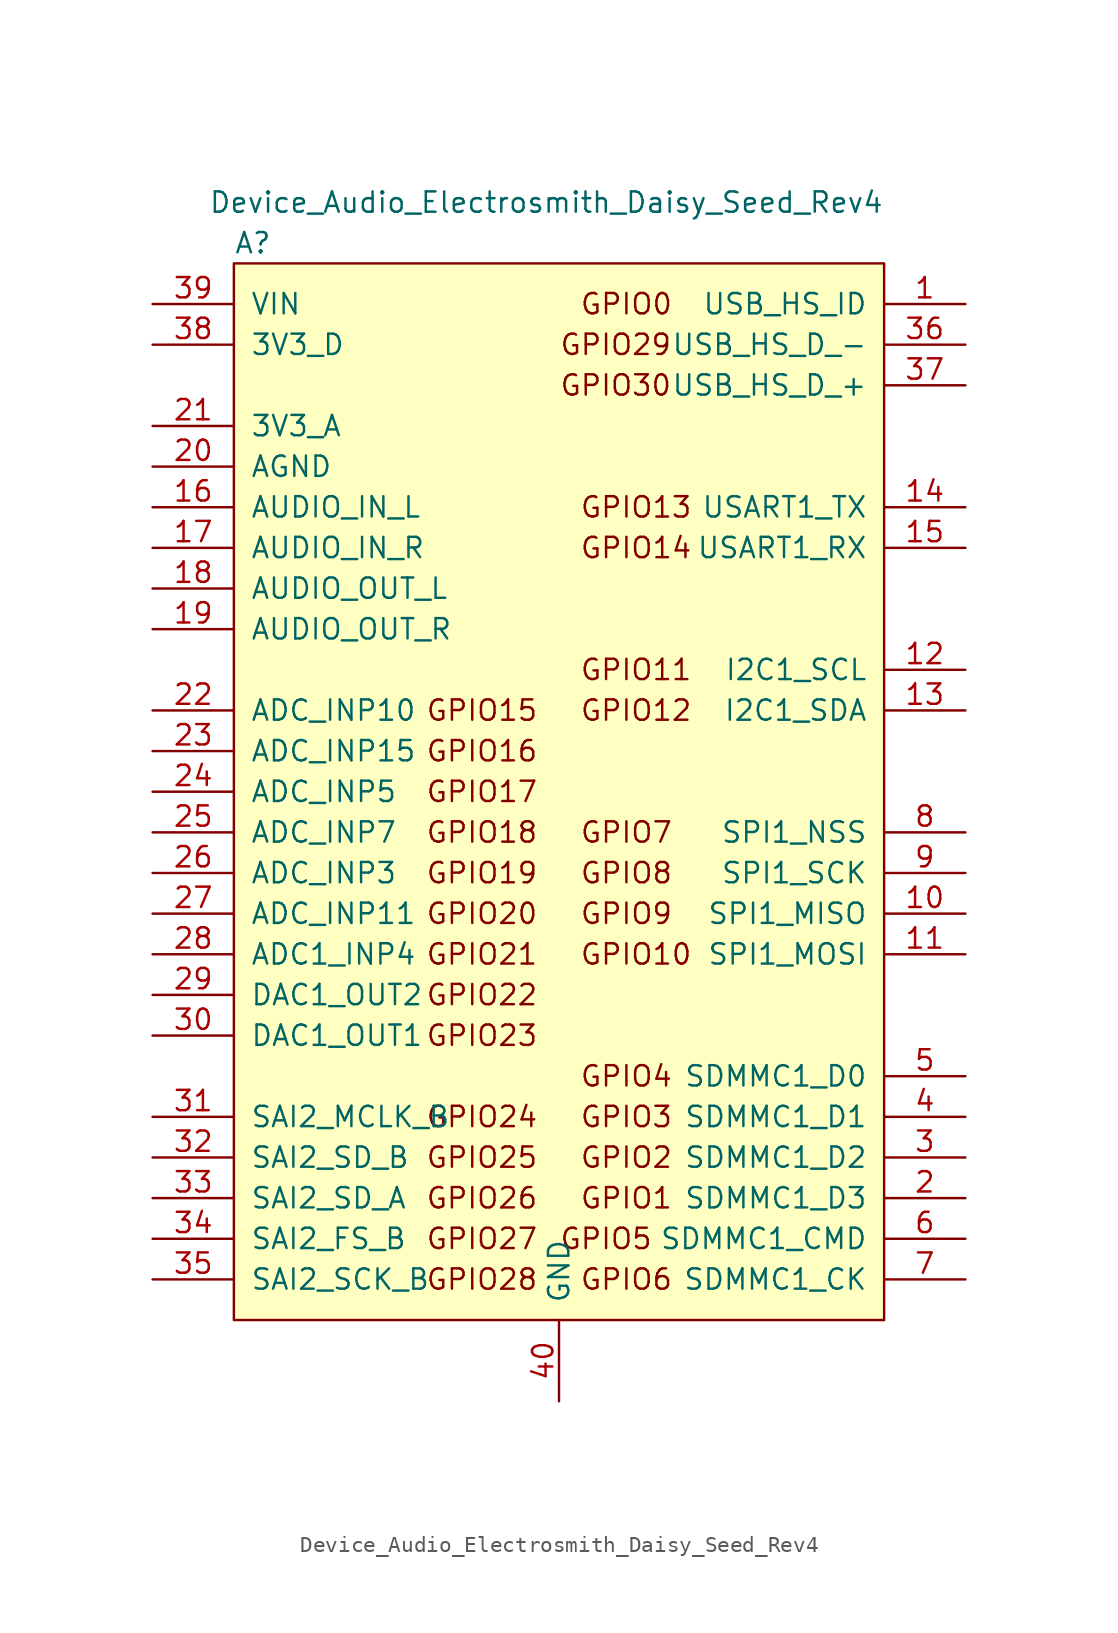
<source format=kicad_sym>
(kicad_symbol_lib
  (version 20220914)
  (generator kicad_symbol_editor)
  (symbol "Device_Audio_Electrosmith_Daisy_Seed_Rev4"
    (pin_names
      (offset 1.016))
    (property "Reference" "A"
      (at -20.32 34.29 0)
      (effects (font (size 1.27 1.27)) (justify left)))
    (property "Value" "Device_Audio_Electrosmith_Daisy_Seed_Rev4"
      (at 20.32 36.83 0)
      (effects (font (size 1.27 1.27)) (justify right)))
    (symbol "Device_Audio_Electrosmith_Daisy_Seed_Rev4_0_0"
      (text "GPIO0" (at 1.27 30.48 0) (effects (font (size 1.27 1.27)) (justify left)))
      (text "GPIO1" (at 1.27 -25.4 0) (effects (font (size 1.27 1.27)) (justify left)))
      (text "GPIO10" (at 1.27 -10.16 0) (effects (font (size 1.27 1.27)) (justify left)))
      (text "GPIO11" (at 1.27 7.62 0) (effects (font (size 1.27 1.27)) (justify left)))
      (text "GPIO12" (at 1.27 5.08 0) (effects (font (size 1.27 1.27)) (justify left)))
      (text "GPIO13" (at 1.27 17.78 0) (effects (font (size 1.27 1.27)) (justify left)))
      (text "GPIO14" (at 1.27 15.24 0) (effects (font (size 1.27 1.27)) (justify left)))
      (text "GPIO15" (at -1.27 5.08 0) (effects (font (size 1.27 1.27)) (justify right)))
      (text "GPIO16" (at -1.27 2.54 0) (effects (font (size 1.27 1.27)) (justify right)))
      (text "GPIO17" (at -1.27 0 0) (effects (font (size 1.27 1.27)) (justify right)))
      (text "GPIO18" (at -1.27 -2.54 0) (effects (font (size 1.27 1.27)) (justify right)))
      (text "GPIO19" (at -1.27 -5.08 0) (effects (font (size 1.27 1.27)) (justify right)))
      (text "GPIO2" (at 1.27 -22.86 0) (effects (font (size 1.27 1.27)) (justify left)))
      (text "GPIO20" (at -1.27 -7.62 0) (effects (font (size 1.27 1.27)) (justify right)))
      (text "GPIO21" (at -1.27 -10.16 0) (effects (font (size 1.27 1.27)) (justify right)))
      (text "GPIO22" (at -1.27 -12.7 0) (effects (font (size 1.27 1.27)) (justify right)))
      (text "GPIO23" (at -1.27 -15.24 0) (effects (font (size 1.27 1.27)) (justify right)))
      (text "GPIO24" (at -1.27 -20.32 0) (effects (font (size 1.27 1.27)) (justify right)))
      (text "GPIO25" (at -1.27 -22.86 0) (effects (font (size 1.27 1.27)) (justify right)))
      (text "GPIO26" (at -1.27 -25.4 0) (effects (font (size 1.27 1.27)) (justify right)))
      (text "GPIO27" (at -1.27 -27.94 0) (effects (font (size 1.27 1.27)) (justify right)))
      (text "GPIO28" (at -1.27 -30.48 0) (effects (font (size 1.27 1.27)) (justify right)))
      (text "GPIO29" (at 0 27.94 0) (effects (font (size 1.27 1.27)) (justify left)))
      (text "GPIO3" (at 1.27 -20.32 0) (effects (font (size 1.27 1.27)) (justify left)))
      (text "GPIO30" (at 0 25.4 0) (effects (font (size 1.27 1.27)) (justify left)))
      (text "GPIO4" (at 1.27 -17.78 0) (effects (font (size 1.27 1.27)) (justify left)))
      (text "GPIO5" (at 0 -27.94 0) (effects (font (size 1.27 1.27)) (justify left)))
      (text "GPIO6" (at 1.27 -30.48 0) (effects (font (size 1.27 1.27)) (justify left)))
      (text "GPIO7" (at 1.27 -2.54 0) (effects (font (size 1.27 1.27)) (justify left)))
      (text "GPIO8" (at 1.27 -5.08 0) (effects (font (size 1.27 1.27)) (justify left)))
      (text "GPIO9" (at 1.27 -7.62 0) (effects (font (size 1.27 1.27)) (justify left)))
      (pin bidirectional line (at 25.4 30.48 180) (length 5.08) (name "USB_HS_ID" (effects (font (size 1.27 1.27)))) (number "1" (effects (font (size 1.27 1.27)))))
      (pin bidirectional line (at 25.4 -7.62 180) (length 5.08) (name "SPI1_MISO" (effects (font (size 1.27 1.27)))) (number "10" (effects (font (size 1.27 1.27)))))
      (pin bidirectional line (at 25.4 -10.16 180) (length 5.08) (name "SPI1_MOSI" (effects (font (size 1.27 1.27)))) (number "11" (effects (font (size 1.27 1.27)))))
      (pin bidirectional line (at 25.4 7.62 180) (length 5.08) (name "I2C1_SCL" (effects (font (size 1.27 1.27)))) (number "12" (effects (font (size 1.27 1.27)))))
      (pin bidirectional line (at 25.4 5.08 180) (length 5.08) (name "I2C1_SDA" (effects (font (size 1.27 1.27)))) (number "13" (effects (font (size 1.27 1.27)))))
      (pin bidirectional line (at 25.4 17.78 180) (length 5.08) (name "USART1_TX" (effects (font (size 1.27 1.27)))) (number "14" (effects (font (size 1.27 1.27)))))
      (pin bidirectional line (at 25.4 15.24 180) (length 5.08) (name "USART1_RX" (effects (font (size 1.27 1.27)))) (number "15" (effects (font (size 1.27 1.27)))))
      (pin input line (at -25.4 17.78 0) (length 5.08) (name "AUDIO_IN_L" (effects (font (size 1.27 1.27)))) (number "16" (effects (font (size 1.27 1.27)))))
      (pin input line (at -25.4 15.24 0) (length 5.08) (name "AUDIO_IN_R" (effects (font (size 1.27 1.27)))) (number "17" (effects (font (size 1.27 1.27)))))
      (pin output line (at -25.4 12.7 0) (length 5.08) (name "AUDIO_OUT_L" (effects (font (size 1.27 1.27)))) (number "18" (effects (font (size 1.27 1.27)))))
      (pin output line (at -25.4 10.16 0) (length 5.08) (name "AUDIO_OUT_R" (effects (font (size 1.27 1.27)))) (number "19" (effects (font (size 1.27 1.27)))))
      (pin bidirectional line (at 25.4 -25.4 180) (length 5.08) (name "SDMMC1_D3" (effects (font (size 1.27 1.27)))) (number "2" (effects (font (size 1.27 1.27)))))
      (pin passive line (at -25.4 20.32 0) (length 5.08) (name "AGND" (effects (font (size 1.27 1.27)))) (number "20" (effects (font (size 1.27 1.27)))))
      (pin power_out line (at -25.4 22.86 0) (length 5.08) (name "3V3_A" (effects (font (size 1.27 1.27)))) (number "21" (effects (font (size 1.27 1.27)))))
      (pin bidirectional line (at -25.4 5.08 0) (length 5.08) (name "ADC_INP10" (effects (font (size 1.27 1.27)))) (number "22" (effects (font (size 1.27 1.27)))))
      (pin bidirectional line (at -25.4 2.54 0) (length 5.08) (name "ADC_INP15" (effects (font (size 1.27 1.27)))) (number "23" (effects (font (size 1.27 1.27)))))
      (pin bidirectional line (at -25.4 0 0) (length 5.08) (name "ADC_INP5" (effects (font (size 1.27 1.27)))) (number "24" (effects (font (size 1.27 1.27)))))
      (pin bidirectional line (at -25.4 -2.54 0) (length 5.08) (name "ADC_INP7" (effects (font (size 1.27 1.27)))) (number "25" (effects (font (size 1.27 1.27)))))
      (pin bidirectional line (at -25.4 -5.08 0) (length 5.08) (name "ADC_INP3" (effects (font (size 1.27 1.27)))) (number "26" (effects (font (size 1.27 1.27)))))
      (pin bidirectional line (at -25.4 -7.62 0) (length 5.08) (name "ADC_INP11" (effects (font (size 1.27 1.27)))) (number "27" (effects (font (size 1.27 1.27)))))
      (pin bidirectional line (at -25.4 -10.16 0) (length 5.08) (name "ADC1_INP4" (effects (font (size 1.27 1.27)))) (number "28" (effects (font (size 1.27 1.27)))))
      (pin bidirectional line (at -25.4 -12.7 0) (length 5.08) (name "DAC1_OUT2" (effects (font (size 1.27 1.27)))) (number "29" (effects (font (size 1.27 1.27)))))
      (pin bidirectional line (at 25.4 -22.86 180) (length 5.08) (name "SDMMC1_D2" (effects (font (size 1.27 1.27)))) (number "3" (effects (font (size 1.27 1.27)))))
      (pin bidirectional line (at -25.4 -15.24 0) (length 5.08) (name "DAC1_OUT1" (effects (font (size 1.27 1.27)))) (number "30" (effects (font (size 1.27 1.27)))))
      (pin bidirectional line (at -25.4 -20.32 0) (length 5.08) (name "SAI2_MCLK_B" (effects (font (size 1.27 1.27)))) (number "31" (effects (font (size 1.27 1.27)))))
      (pin bidirectional line (at -25.4 -22.86 0) (length 5.08) (name "SAI2_SD_B" (effects (font (size 1.27 1.27)))) (number "32" (effects (font (size 1.27 1.27)))))
      (pin bidirectional line (at -25.4 -25.4 0) (length 5.08) (name "SAI2_SD_A" (effects (font (size 1.27 1.27)))) (number "33" (effects (font (size 1.27 1.27)))))
      (pin bidirectional line (at -25.4 -27.94 0) (length 5.08) (name "SAI2_FS_B" (effects (font (size 1.27 1.27)))) (number "34" (effects (font (size 1.27 1.27)))))
      (pin bidirectional line (at -25.4 -30.48 0) (length 5.08) (name "SAI2_SCK_B" (effects (font (size 1.27 1.27)))) (number "35" (effects (font (size 1.27 1.27)))))
      (pin bidirectional line (at 25.4 27.94 180) (length 5.08) (name "USB_HS_D_-" (effects (font (size 1.27 1.27)))) (number "36" (effects (font (size 1.27 1.27)))))
      (pin bidirectional line (at 25.4 25.4 180) (length 5.08) (name "USB_HS_D_+" (effects (font (size 1.27 1.27)))) (number "37" (effects (font (size 1.27 1.27)))))
      (pin power_out line (at -25.4 27.94 0) (length 5.08) (name "3V3_D" (effects (font (size 1.27 1.27)))) (number "38" (effects (font (size 1.27 1.27)))))
      (pin power_in line (at -25.4 30.48 0) (length 5.08) (name "VIN" (effects (font (size 1.27 1.27)))) (number "39" (effects (font (size 1.27 1.27)))))
      (pin bidirectional line (at 25.4 -20.32 180) (length 5.08) (name "SDMMC1_D1" (effects (font (size 1.27 1.27)))) (number "4" (effects (font (size 1.27 1.27)))))
      (pin passive line (at 0 -38.1 90) (length 5.08) (name "GND" (effects (font (size 1.27 1.27)))) (number "40" (effects (font (size 1.27 1.27)))))
      (pin bidirectional line (at 25.4 -17.78 180) (length 5.08) (name "SDMMC1_D0" (effects (font (size 1.27 1.27)))) (number "5" (effects (font (size 1.27 1.27)))))
      (pin bidirectional line (at 25.4 -27.94 180) (length 5.08) (name "SDMMC1_CMD" (effects (font (size 1.27 1.27)))) (number "6" (effects (font (size 1.27 1.27)))))
      (pin bidirectional line (at 25.4 -30.48 180) (length 5.08) (name "SDMMC1_CK" (effects (font (size 1.27 1.27)))) (number "7" (effects (font (size 1.27 1.27)))))
      (pin bidirectional line (at 25.4 -2.54 180) (length 5.08) (name "SPI1_NSS" (effects (font (size 1.27 1.27)))) (number "8" (effects (font (size 1.27 1.27)))))
      (pin bidirectional line (at 25.4 -5.08 180) (length 5.08) (name "SPI1_SCK" (effects (font (size 1.27 1.27)))) (number "9" (effects (font (size 1.27 1.27))))))
    (symbol "Device_Audio_Electrosmith_Daisy_Seed_Rev4_0_1"
      (rectangle (start -20.32 33.02) (end 20.32 -33.02) (stroke (width 0) (type solid)) (fill (type background))))))
</source>
